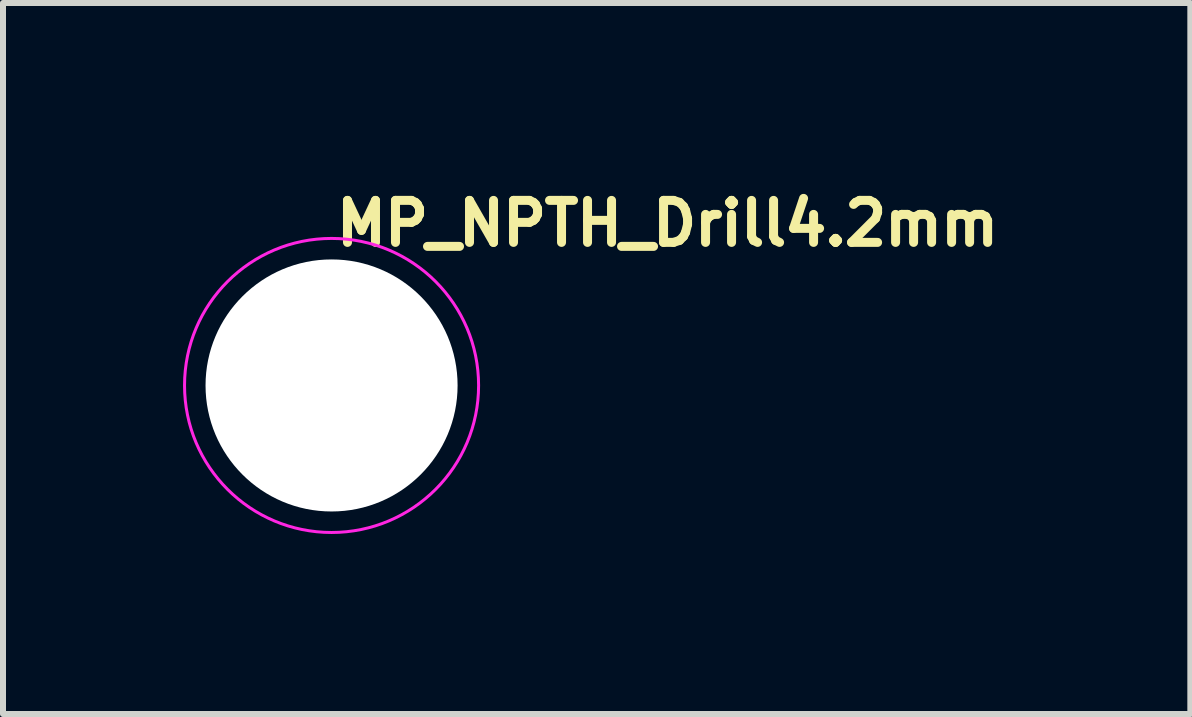
<source format=kicad_pcb>
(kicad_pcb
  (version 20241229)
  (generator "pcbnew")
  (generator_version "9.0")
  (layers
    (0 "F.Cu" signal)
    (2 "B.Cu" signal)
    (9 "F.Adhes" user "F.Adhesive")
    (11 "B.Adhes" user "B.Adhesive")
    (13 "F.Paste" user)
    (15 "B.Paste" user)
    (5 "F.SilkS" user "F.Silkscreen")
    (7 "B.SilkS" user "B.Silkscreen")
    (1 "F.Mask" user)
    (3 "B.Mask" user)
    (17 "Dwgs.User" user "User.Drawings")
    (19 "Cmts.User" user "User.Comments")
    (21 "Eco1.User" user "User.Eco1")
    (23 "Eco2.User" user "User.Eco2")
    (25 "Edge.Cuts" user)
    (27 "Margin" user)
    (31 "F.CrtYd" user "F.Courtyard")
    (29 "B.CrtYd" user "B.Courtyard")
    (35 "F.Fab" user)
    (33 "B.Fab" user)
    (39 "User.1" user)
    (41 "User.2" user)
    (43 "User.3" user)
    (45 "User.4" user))
  (footprint "MP_NPTH_Drill4.2mm"
    (layer "F.Cu")
    (at 2.475 3.373)
    (property "Reference" "MP_NPTH_Drill4.2mm" (at 0 -2.7 0) (unlocked yes) (layer "F.SilkS") (effects (font (size 0.7 0.7) (thickness 0.15)) (justify left)))
    (attr exclude_from_pos_files exclude_from_bom)
    (fp_circle (center 0 0) (end 2.45 0) (stroke (width 0.05) (type default)) (fill no) (layer "F.CrtYd"))
    (pad "" np_thru_hole circle (at 0 0) (size 4.2 4.2) (drill 4.2) (layers "*.Cu" "*.Mask")))
  (gr_rect
    (start -3 -3)
    (end 16.785 8.848)
    (stroke (width 0.1) (type default))
    (fill no)
    (layer "Edge.Cuts")))
</source>
